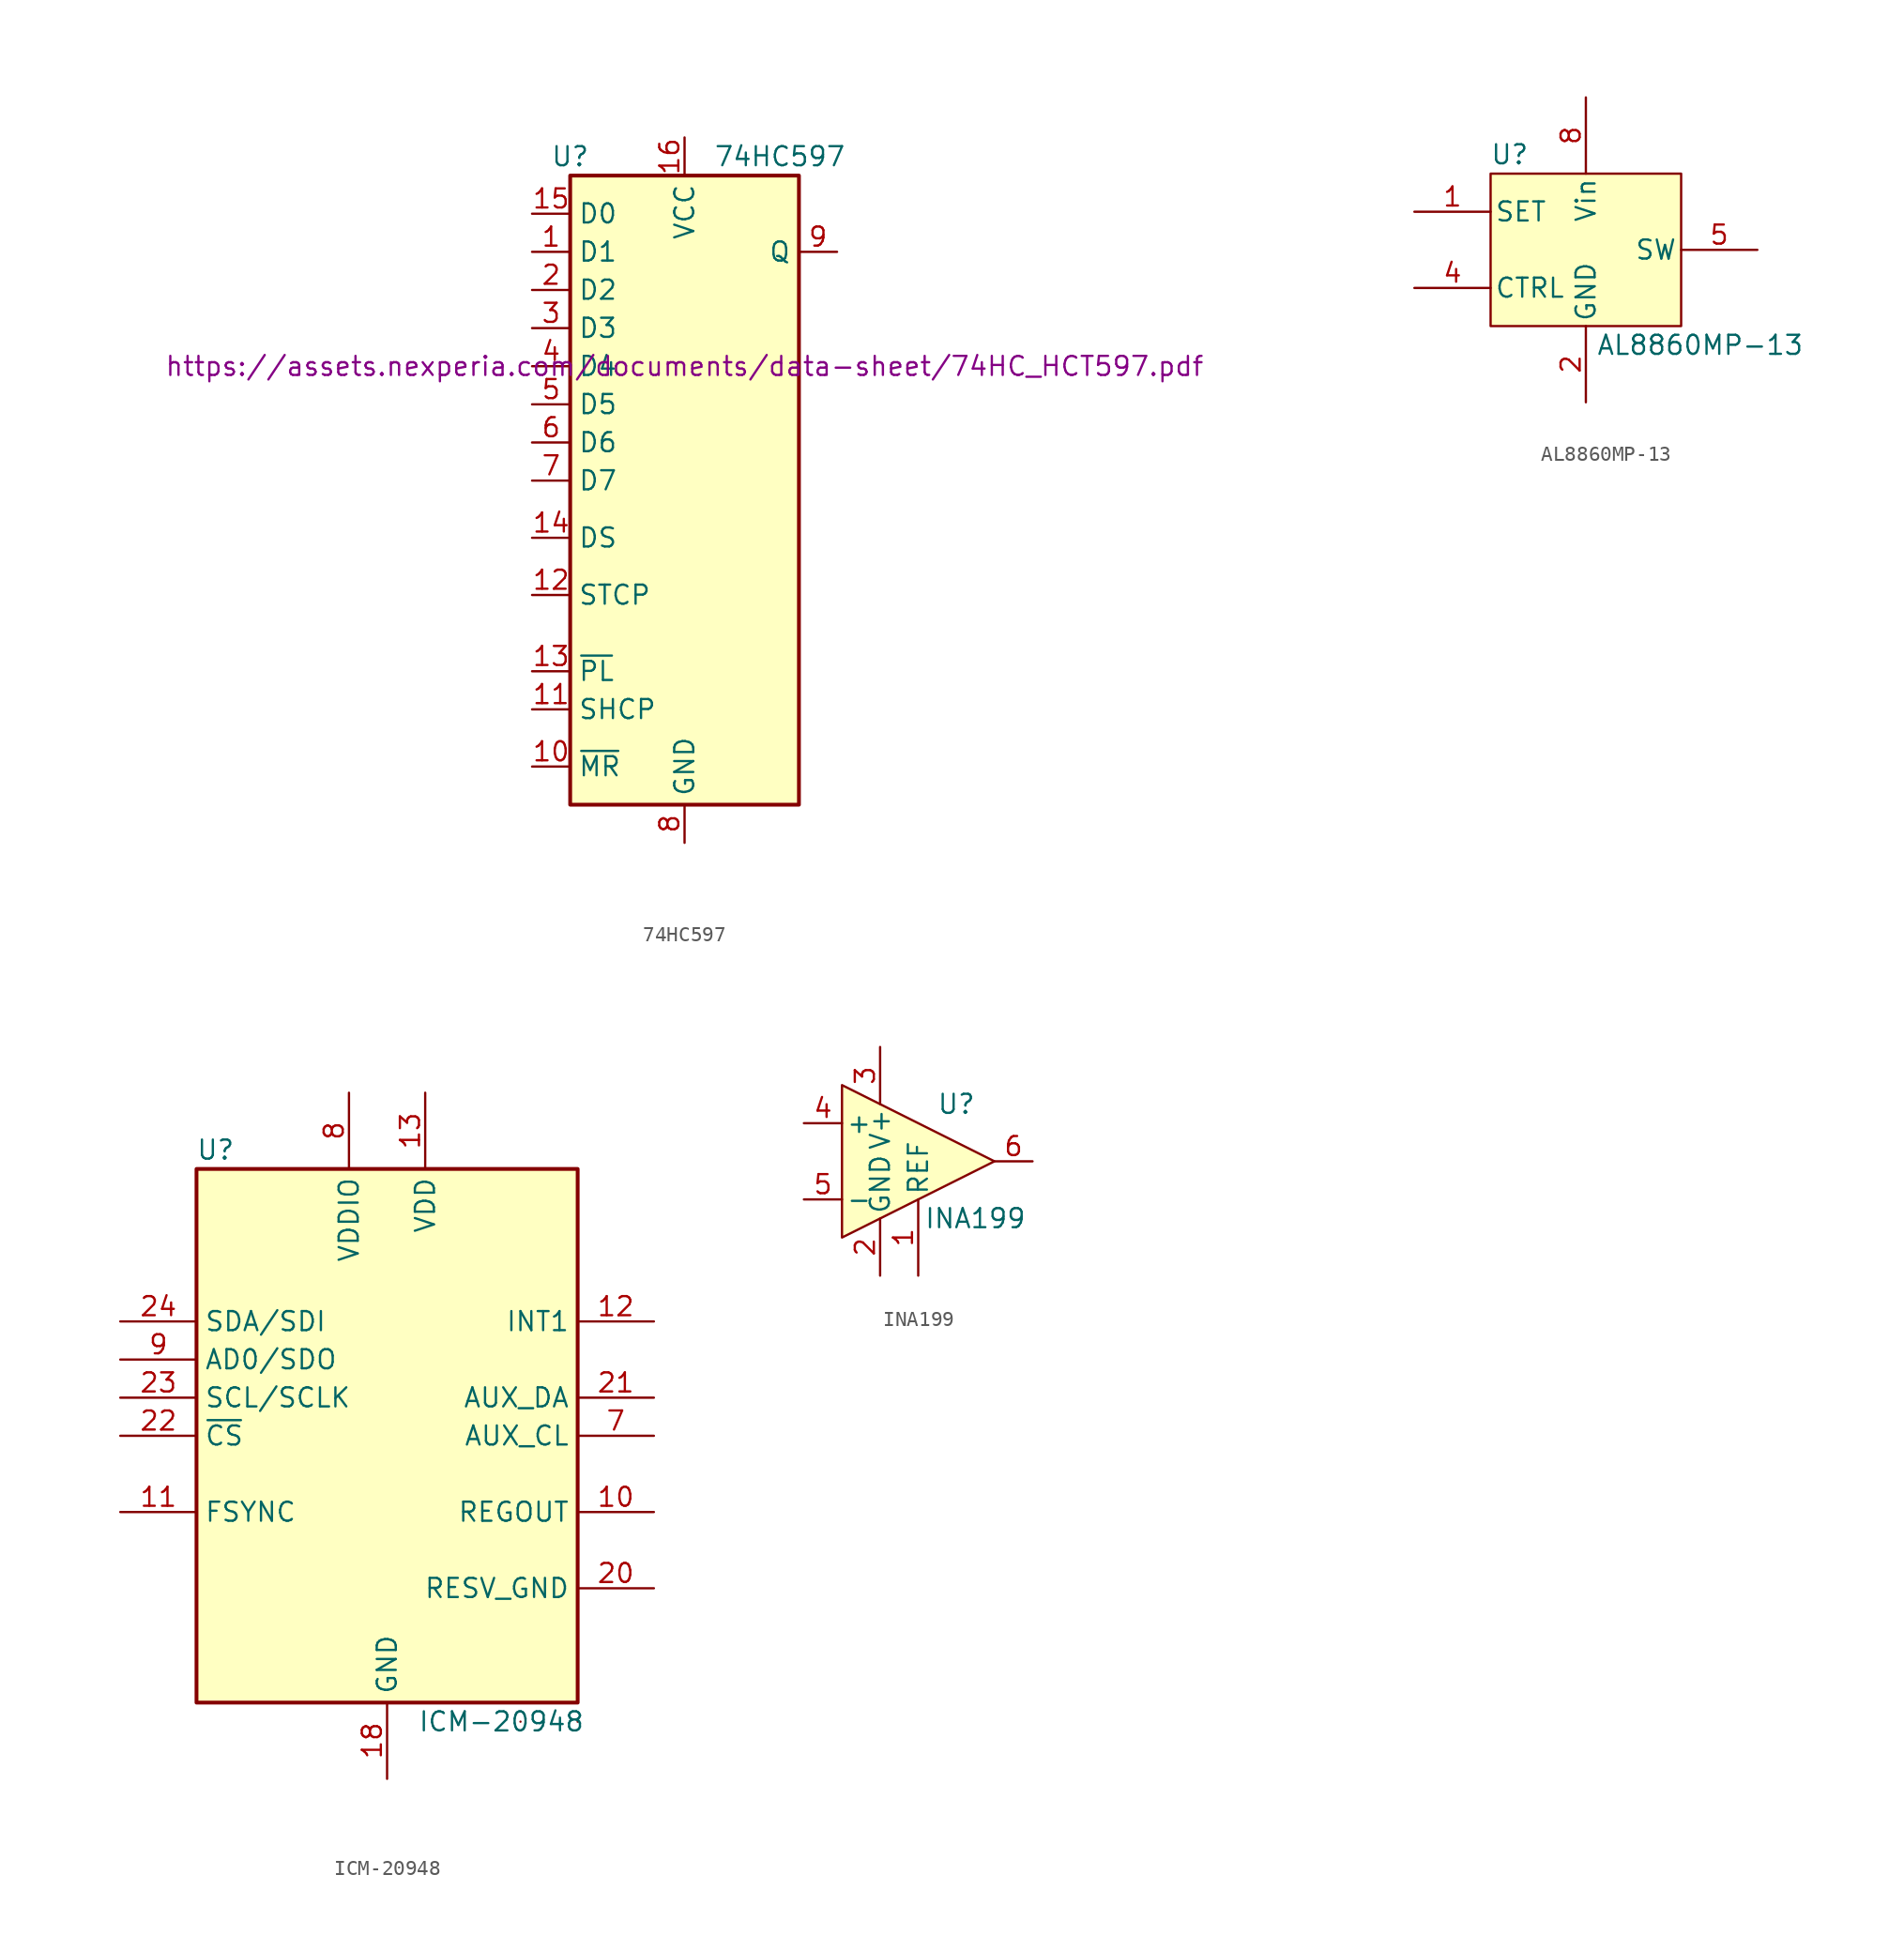
<source format=kicad_sym>
(kicad_symbol_lib
  (version 20211014)
  (generator kicad_symbol_editor)
  (symbol "74HC597"
    (property "Reference" "U"
      (at -7.62 13.97 0)
      (effects (font (size 1.27 1.27))))
    (property "Value" "74HC597"
      (at 6.35 13.97 0)
      (effects (font (size 1.27 1.27))))
    (property "Datasheet" "https://assets.nexperia.com/documents/data-sheet/74HC_HCT597.pdf"
      (at 0 0 0)
      (effects (font (size 1.27 1.27))))
    (symbol "74HC597_1_0"
      (pin power_in line (at 0 15.24 270) (length 2.54) (name "VCC" (effects (font (size 1.27 1.27)))) (number "16" (effects (font (size 1.27 1.27)))))
      (pin power_in line (at 0 -31.75 90) (length 2.54) (name "GND" (effects (font (size 1.27 1.27)))) (number "8" (effects (font (size 1.27 1.27))))))
    (symbol "74HC597_1_1"
      (rectangle (start -7.62 12.7) (end 7.62 -29.21) (stroke (width 0.254) (type default) (color 0 0 0 0)) (fill (type background)))
      (pin input line (at -10.16 7.62 0) (length 2.54) (name "D1" (effects (font (size 1.27 1.27)))) (number "1" (effects (font (size 1.27 1.27)))))
      (pin input line (at -10.16 -26.67 0) (length 2.54) (name "~{MR}" (effects (font (size 1.27 1.27)))) (number "10" (effects (font (size 1.27 1.27)))))
      (pin input line (at -10.16 -22.86 0) (length 2.54) (name "SHCP" (effects (font (size 1.27 1.27)))) (number "11" (effects (font (size 1.27 1.27)))))
      (pin input line (at -10.16 -15.24 0) (length 2.54) (name "STCP" (effects (font (size 1.27 1.27)))) (number "12" (effects (font (size 1.27 1.27)))))
      (pin input line (at -10.16 -20.32 0) (length 2.54) (name "~{PL}" (effects (font (size 1.27 1.27)))) (number "13" (effects (font (size 1.27 1.27)))))
      (pin input line (at -10.16 -11.43 0) (length 2.54) (name "DS" (effects (font (size 1.27 1.27)))) (number "14" (effects (font (size 1.27 1.27)))))
      (pin input line (at -10.16 10.16 0) (length 2.54) (name "D0" (effects (font (size 1.27 1.27)))) (number "15" (effects (font (size 1.27 1.27)))))
      (pin input line (at -10.16 5.08 0) (length 2.54) (name "D2" (effects (font (size 1.27 1.27)))) (number "2" (effects (font (size 1.27 1.27)))))
      (pin input line (at -10.16 2.54 0) (length 2.54) (name "D3" (effects (font (size 1.27 1.27)))) (number "3" (effects (font (size 1.27 1.27)))))
      (pin input line (at -10.16 0 0) (length 2.54) (name "D4" (effects (font (size 1.27 1.27)))) (number "4" (effects (font (size 1.27 1.27)))))
      (pin input line (at -10.16 -2.54 0) (length 2.54) (name "D5" (effects (font (size 1.27 1.27)))) (number "5" (effects (font (size 1.27 1.27)))))
      (pin input line (at -10.16 -5.08 0) (length 2.54) (name "D6" (effects (font (size 1.27 1.27)))) (number "6" (effects (font (size 1.27 1.27)))))
      (pin input line (at -10.16 -7.62 0) (length 2.54) (name "D7" (effects (font (size 1.27 1.27)))) (number "7" (effects (font (size 1.27 1.27)))))
      (pin output line (at 10.16 7.62 180) (length 2.54) (name "Q" (effects (font (size 1.27 1.27)))) (number "9" (effects (font (size 1.27 1.27)))))))
  (symbol "AL8860MP-13"
    (pin_names
      (offset 0.254))
    (property "Reference" "U"
      (at -5.08 6.35 0)
      (effects (font (size 1.27 1.27))))
    (property "Value" "AL8860MP-13"
      (at 7.62 -6.35 0)
      (effects (font (size 1.27 1.27))))
    (symbol "AL8860MP-13_0_1"
      (rectangle (start -6.35 5.08) (end 6.35 -5.08) (stroke (width 0) (type default) (color 0 0 0 0)) (fill (type background))))
    (symbol "AL8860MP-13_1_1"
      (pin input line (at -11.43 2.54 0) (length 5.08) (name "SET" (effects (font (size 1.27 1.27)))) (number "1" (effects (font (size 1.27 1.27)))))
      (pin power_in line (at 0 -10.16 90) (length 5.08) (name "GND" (effects (font (size 1.27 1.27)))) (number "2" (effects (font (size 1.27 1.27)))))
      (pin passive line (at 0 -10.16 90) (length 5.08) hide (name "GND" (effects (font (size 1.27 1.27)))) (number "3" (effects (font (size 1.27 1.27)))))
      (pin input line (at -11.43 -2.54 0) (length 5.08) (name "CTRL" (effects (font (size 1.27 1.27)))) (number "4" (effects (font (size 1.27 1.27)))))
      (pin open_collector line (at 11.43 0 180) (length 5.08) (name "SW" (effects (font (size 1.27 1.27)))) (number "5" (effects (font (size 1.27 1.27)))))
      (pin open_collector line (at 11.43 0 180) (length 5.08) hide (name "SW" (effects (font (size 1.27 1.27)))) (number "6" (effects (font (size 1.27 1.27)))))
      (pin no_connect line (at 2.54 5.08 270) (length 5.08) hide (name "N/C" (effects (font (size 1.27 1.27)))) (number "7" (effects (font (size 1.27 1.27)))))
      (pin power_in line (at 0 10.16 270) (length 5.08) (name "Vin" (effects (font (size 1.27 1.27)))) (number "8" (effects (font (size 1.27 1.27)))))
      (pin passive line (at 0 -10.16 90) (length 5.08) hide (name "GND" (effects (font (size 1.27 1.27)))) (number "9" (effects (font (size 1.27 1.27)))))))
  (symbol "ICM-20948"
    (property "Reference" "U"
      (at -11.43 19.05 0)
      (effects (font (size 1.27 1.27))))
    (property "Value" "ICM-20948"
      (at 7.62 -19.05 0)
      (effects (font (size 1.27 1.27))))
    (symbol "ICM-20948_0_1"
      (rectangle (start -12.7 17.78) (end 12.7 -17.78) (stroke (width 0.254) (type default) (color 0 0 0 0)) (fill (type background)))
      (polyline (pts (xy 8.89 -19.05) (xy 8.89 -19.05)) (stroke (width 0) (type default) (color 0 0 0 0)) (fill (type none)))
      (polyline (pts (xy 12.7 -19.05) (xy 12.7 -19.05)) (stroke (width 0) (type default) (color 0 0 0 0)) (fill (type none))))
    (symbol "ICM-20948_1_1"
      (pin passive line (at 17.78 -5.08 180) (length 5.08) (name "REGOUT" (effects (font (size 1.27 1.27)))) (number "10" (effects (font (size 1.27 1.27)))))
      (pin input line (at -17.78 -5.08 0) (length 5.08) (name "FSYNC" (effects (font (size 1.27 1.27)))) (number "11" (effects (font (size 1.27 1.27)))))
      (pin output line (at 17.78 7.62 180) (length 5.08) (name "INT1" (effects (font (size 1.27 1.27)))) (number "12" (effects (font (size 1.27 1.27)))))
      (pin power_in line (at 2.54 22.86 270) (length 5.08) (name "VDD" (effects (font (size 1.27 1.27)))) (number "13" (effects (font (size 1.27 1.27)))))
      (pin power_in line (at 0 -22.86 90) (length 5.08) (name "GND" (effects (font (size 1.27 1.27)))) (number "18" (effects (font (size 1.27 1.27)))))
      (pin power_in line (at 17.78 -10.16 180) (length 5.08) (name "RESV_GND" (effects (font (size 1.27 1.27)))) (number "20" (effects (font (size 1.27 1.27)))))
      (pin bidirectional line (at 17.78 2.54 180) (length 5.08) (name "AUX_DA" (effects (font (size 1.27 1.27)))) (number "21" (effects (font (size 1.27 1.27)))))
      (pin input line (at -17.78 0 0) (length 5.08) (name "~{CS}" (effects (font (size 1.27 1.27)))) (number "22" (effects (font (size 1.27 1.27)))))
      (pin input line (at -17.78 2.54 0) (length 5.08) (name "SCL/SCLK" (effects (font (size 1.27 1.27)))) (number "23" (effects (font (size 1.27 1.27)))))
      (pin input line (at -17.78 7.62 0) (length 5.08) (name "SDA/SDI" (effects (font (size 1.27 1.27)))) (number "24" (effects (font (size 1.27 1.27)))))
      (pin bidirectional line (at 17.78 0 180) (length 5.08) (name "AUX_CL" (effects (font (size 1.27 1.27)))) (number "7" (effects (font (size 1.27 1.27)))))
      (pin power_in line (at -2.54 22.86 270) (length 5.08) (name "VDDIO" (effects (font (size 1.27 1.27)))) (number "8" (effects (font (size 1.27 1.27)))))
      (pin input line (at -17.78 5.08 0) (length 5.08) (name "AD0/SDO" (effects (font (size 1.27 1.27)))) (number "9" (effects (font (size 1.27 1.27)))))))
  (symbol "INA199"
    (pin_names
      (offset 0.254))
    (property "Reference" "U"
      (at 2.54 3.81 0)
      (effects (font (size 1.27 1.27))))
    (property "Value" "INA199"
      (at 3.81 -3.81 0)
      (effects (font (size 1.27 1.27))))
    (symbol "INA199_0_0"
      (polyline (pts (xy -5.08 5.08) (xy -5.08 -5.08) (xy 5.08 0) (xy -5.08 5.08)) (stroke (width 0) (type default) (color 0 0 0 0)) (fill (type background))))
    (symbol "INA199_1_1"
      (pin power_in line (at 0 -7.62 90) (length 5.08) (name "REF" (effects (font (size 1.27 1.27)))) (number "1" (effects (font (size 1.27 1.27)))))
      (pin power_in line (at -2.54 -7.62 90) (length 3.81) (name "GND" (effects (font (size 1.27 1.27)))) (number "2" (effects (font (size 1.27 1.27)))))
      (pin power_in line (at -2.54 7.62 270) (length 3.81) (name "V+" (effects (font (size 1.27 1.27)))) (number "3" (effects (font (size 1.27 1.27)))))
      (pin input line (at -7.62 2.54 0) (length 2.54) (name "+" (effects (font (size 1.27 1.27)))) (number "4" (effects (font (size 1.27 1.27)))))
      (pin input line (at -7.62 -2.54 0) (length 2.54) (name "-" (effects (font (size 1.27 1.27)))) (number "5" (effects (font (size 1.27 1.27)))))
      (pin output line (at 7.62 0 180) (length 2.54) (name "~" (effects (font (size 1.27 1.27)))) (number "6" (effects (font (size 1.27 1.27))))))))
</source>
